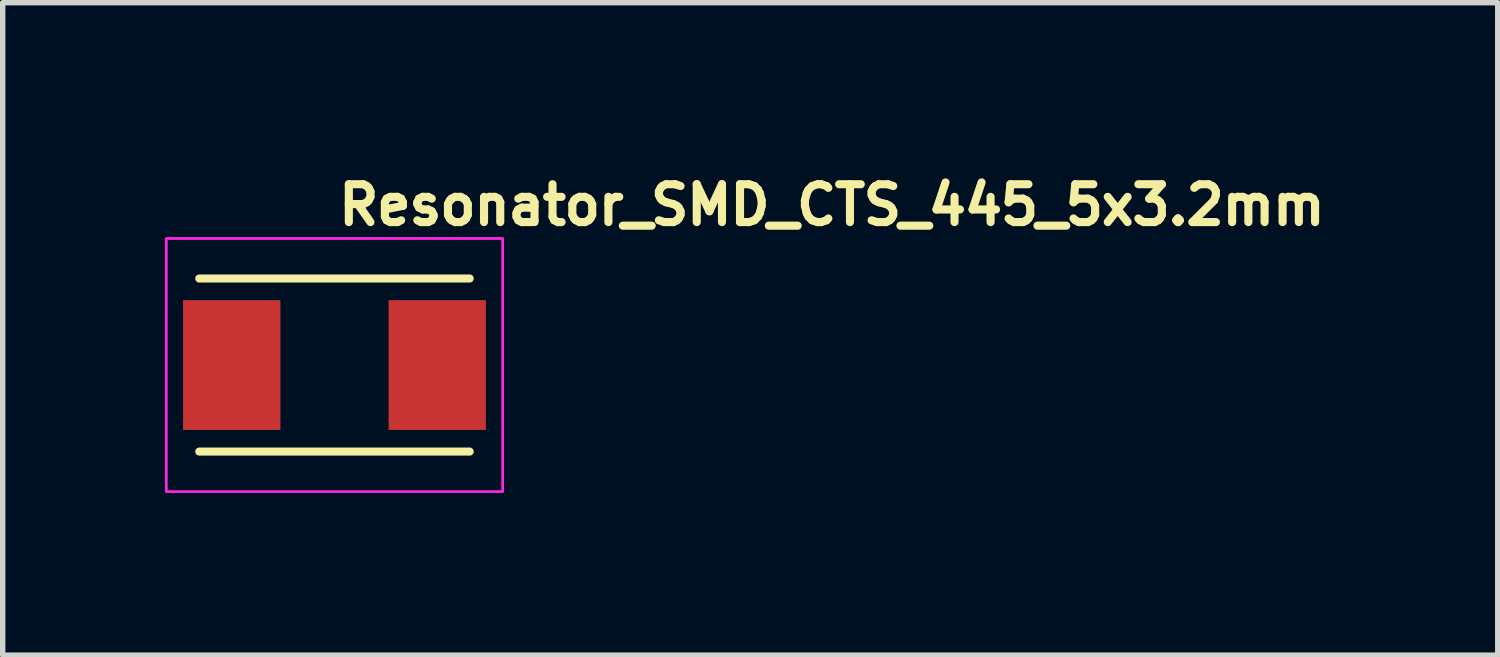
<source format=kicad_pcb>
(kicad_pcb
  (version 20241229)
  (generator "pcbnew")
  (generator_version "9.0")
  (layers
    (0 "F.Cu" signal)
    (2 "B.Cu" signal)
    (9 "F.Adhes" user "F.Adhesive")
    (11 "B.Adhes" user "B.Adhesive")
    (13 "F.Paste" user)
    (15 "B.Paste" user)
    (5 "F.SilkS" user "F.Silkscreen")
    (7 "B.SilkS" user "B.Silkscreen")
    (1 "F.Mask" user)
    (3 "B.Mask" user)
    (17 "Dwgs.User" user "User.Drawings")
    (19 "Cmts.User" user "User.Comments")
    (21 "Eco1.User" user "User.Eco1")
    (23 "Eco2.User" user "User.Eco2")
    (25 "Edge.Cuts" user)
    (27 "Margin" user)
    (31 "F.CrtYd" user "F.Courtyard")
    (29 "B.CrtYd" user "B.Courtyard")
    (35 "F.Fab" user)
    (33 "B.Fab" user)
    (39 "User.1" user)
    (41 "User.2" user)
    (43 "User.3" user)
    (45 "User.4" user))
  (footprint "Resonator_SMD_CTS_445_5x3.2mm"
    (layer "F.Cu")
    (at 3.135 3.7)
    (property "Reference" "Resonator_SMD_CTS_445_5x3.2mm" (at 0 -2.55 0) (unlocked yes) (layer "F.SilkS") (effects (font (size 0.7 0.7) (thickness 0.15)) (justify left bottom)))
    (attr smd)
    (fp_line (start 2.5 -1.6) (end -2.5 -1.6) (stroke (width 0.15) (type solid)) (layer "F.SilkS"))
    (fp_line (start 2.5 1.6) (end -2.5 1.6) (stroke (width 0.15) (type solid)) (layer "F.SilkS"))
    (fp_rect (start -3.11 -2.34) (end 3.11 2.34) (stroke (width 0.05) (type solid)) (fill no) (layer "F.CrtYd"))
    (fp_line (start -2.5 1.6) (end -2.5 -1.6) (stroke (width 0.1) (type solid)) (layer "User.1"))
    (fp_line (start 2.5 -1.6) (end -2.5 -1.6) (stroke (width 0.1) (type solid)) (layer "User.1"))
    (fp_line (start 2.5 1.6) (end -2.5 1.6) (stroke (width 0.1) (type solid)) (layer "User.1"))
    (fp_line (start 2.5 1.6) (end 2.5 -1.6) (stroke (width 0.1) (type solid)) (layer "User.1"))
    (fp_rect (start -2.864 -2.09) (end 2.864 2.09) (stroke (width 0.1) (type solid)) (fill no) (layer "User.5"))
    (fp_line (start -2.864 -1.81) (end -2.864 -0.66) (stroke (width 0.02) (type solid)) (layer "User.9"))
    (fp_line (start -2.864 -0.66) (end -2.61 -0.66) (stroke (width 0.02) (type solid)) (layer "User.9"))
    (fp_line (start -2.864 0.66) (end -2.864 1.81) (stroke (width 0.02) (type solid)) (layer "User.9"))
    (fp_line (start -2.864 1.81) (end -2.584 2.09) (stroke (width 0.02) (type solid)) (layer "User.9"))
    (fp_line (start -2.629 -0.66) (end -2.629 0.66) (stroke (width 0.02) (type solid)) (layer "User.9"))
    (fp_line (start -2.61 -0.66) (end -2.61 0.66) (stroke (width 0.02) (type solid)) (layer "User.9"))
    (fp_line (start -2.61 0.66) (end -2.864 0.66) (stroke (width 0.02) (type solid)) (layer "User.9"))
    (fp_line (start -2.604 -1.308) (end -2.604 1.308) (stroke (width 0.02) (type solid)) (layer "User.9"))
    (fp_line (start -2.604 1.308) (end -2.603 1.334) (stroke (width 0.02) (type solid)) (layer "User.9"))
    (fp_line (start -2.603 -1.334) (end -2.604 -1.308) (stroke (width 0.02) (type solid)) (layer "User.9"))
    (fp_line (start -2.603 1.334) (end -2.601 1.359) (stroke (width 0.02) (type solid)) (layer "User.9"))
    (fp_line (start -2.601 -1.359) (end -2.603 -1.334) (stroke (width 0.02) (type solid)) (layer "User.9"))
    (fp_line (start -2.601 1.359) (end -2.598 1.385) (stroke (width 0.02) (type solid)) (layer "User.9"))
    (fp_line (start -2.598 -1.385) (end -2.601 -1.359) (stroke (width 0.02) (type solid)) (layer "User.9"))
    (fp_line (start -2.598 1.385) (end -2.594 1.41) (stroke (width 0.02) (type solid)) (layer "User.9"))
    (fp_line (start -2.594 -1.41) (end -2.598 -1.385) (stroke (width 0.02) (type solid)) (layer "User.9"))
    (fp_line (start -2.594 1.41) (end -2.588 1.435) (stroke (width 0.02) (type solid)) (layer "User.9"))
    (fp_line (start -2.588 -1.435) (end -2.594 -1.41) (stroke (width 0.02) (type solid)) (layer "User.9"))
    (fp_line (start -2.588 1.435) (end -2.581 1.459) (stroke (width 0.02) (type solid)) (layer "User.9"))
    (fp_line (start -2.584 -2.089) (end -2.864 -1.81) (stroke (width 0.02) (type solid)) (layer "User.9"))
    (fp_line (start -2.584 2.089) (end 2.584 2.089) (stroke (width 0.02) (type solid)) (layer "User.9"))
    (fp_line (start -2.581 -1.459) (end -2.588 -1.435) (stroke (width 0.02) (type solid)) (layer "User.9"))
    (fp_line (start -2.581 1.459) (end -2.573 1.484) (stroke (width 0.02) (type solid)) (layer "User.9"))
    (fp_line (start -2.573 -1.484) (end -2.581 -1.459) (stroke (width 0.02) (type solid)) (layer "User.9"))
    (fp_line (start -2.573 1.484) (end -2.564 1.507) (stroke (width 0.02) (type solid)) (layer "User.9"))
    (fp_line (start -2.564 -1.507) (end -2.573 -1.484) (stroke (width 0.02) (type solid)) (layer "User.9"))
    (fp_line (start -2.564 1.507) (end -2.554 1.53) (stroke (width 0.02) (type solid)) (layer "User.9"))
    (fp_line (start -2.554 -1.53) (end -2.564 -1.507) (stroke (width 0.02) (type solid)) (layer "User.9"))
    (fp_line (start -2.554 1.53) (end -2.542 1.553) (stroke (width 0.02) (type solid)) (layer "User.9"))
    (fp_line (start -2.542 -1.553) (end -2.554 -1.53) (stroke (width 0.02) (type solid)) (layer "User.9"))
    (fp_line (start -2.542 1.553) (end -2.53 1.575) (stroke (width 0.02) (type solid)) (layer "User.9"))
    (fp_line (start -2.53 -1.575) (end -2.542 -1.553) (stroke (width 0.02) (type solid)) (layer "User.9"))
    (fp_line (start -2.53 1.575) (end -2.516 1.597) (stroke (width 0.02) (type solid)) (layer "User.9"))
    (fp_line (start -2.516 -1.597) (end -2.53 -1.575) (stroke (width 0.02) (type solid)) (layer "User.9"))
    (fp_line (start -2.516 1.597) (end -2.502 1.618) (stroke (width 0.02) (type solid)) (layer "User.9"))
    (fp_line (start -2.502 -1.618) (end -2.516 -1.597) (stroke (width 0.02) (type solid)) (layer "User.9"))
    (fp_line (start -2.502 1.618) (end -2.486 1.638) (stroke (width 0.02) (type solid)) (layer "User.9"))
    (fp_line (start -2.486 -1.638) (end -2.502 -1.618) (stroke (width 0.02) (type solid)) (layer "User.9"))
    (fp_line (start -2.486 1.638) (end -2.469 1.657) (stroke (width 0.02) (type solid)) (layer "User.9"))
    (fp_line (start -2.469 -1.657) (end -2.486 -1.638) (stroke (width 0.02) (type solid)) (layer "User.9"))
    (fp_line (start -2.469 1.657) (end -2.451 1.676) (stroke (width 0.02) (type solid)) (layer "User.9"))
    (fp_line (start -2.451 -1.676) (end -2.469 -1.657) (stroke (width 0.02) (type solid)) (layer "User.9"))
    (fp_line (start -2.451 -1.676) (end -2.451 -1.676) (stroke (width 0.02) (type solid)) (layer "User.9"))
    (fp_line (start -2.451 1.676) (end -2.451 1.676) (stroke (width 0.02) (type solid)) (layer "User.9"))
    (fp_line (start -2.451 1.676) (end -2.432 1.694) (stroke (width 0.02) (type solid)) (layer "User.9"))
    (fp_line (start -2.432 -1.694) (end -2.451 -1.676) (stroke (width 0.02) (type solid)) (layer "User.9"))
    (fp_line (start -2.432 1.694) (end -2.413 1.711) (stroke (width 0.02) (type solid)) (layer "User.9"))
    (fp_line (start -2.413 -1.711) (end -2.432 -1.694) (stroke (width 0.02) (type solid)) (layer "User.9"))
    (fp_line (start -2.413 1.711) (end -2.393 1.727) (stroke (width 0.02) (type solid)) (layer "User.9"))
    (fp_line (start -2.393 -1.727) (end -2.413 -1.711) (stroke (width 0.02) (type solid)) (layer "User.9"))
    (fp_line (start -2.393 1.727) (end -2.372 1.741) (stroke (width 0.02) (type solid)) (layer "User.9"))
    (fp_line (start -2.372 -1.741) (end -2.393 -1.727) (stroke (width 0.02) (type solid)) (layer "User.9"))
    (fp_line (start -2.372 1.741) (end -2.35 1.755) (stroke (width 0.02) (type solid)) (layer "User.9"))
    (fp_line (start -2.35 -1.755) (end -2.372 -1.741) (stroke (width 0.02) (type solid)) (layer "User.9"))
    (fp_line (start -2.35 1.755) (end -2.328 1.767) (stroke (width 0.02) (type solid)) (layer "User.9"))
    (fp_line (start -2.328 -1.767) (end -2.35 -1.755) (stroke (width 0.02) (type solid)) (layer "User.9"))
    (fp_line (start -2.328 1.767) (end -2.305 1.779) (stroke (width 0.02) (type solid)) (layer "User.9"))
    (fp_line (start -2.305 -1.779) (end -2.328 -1.767) (stroke (width 0.02) (type solid)) (layer "User.9"))
    (fp_line (start -2.305 1.779) (end -2.282 1.789) (stroke (width 0.02) (type solid)) (layer "User.9"))
    (fp_line (start -2.282 -1.789) (end -2.305 -1.779) (stroke (width 0.02) (type solid)) (layer "User.9"))
    (fp_line (start -2.282 1.789) (end -2.259 1.798) (stroke (width 0.02) (type solid)) (layer "User.9"))
    (fp_line (start -2.259 -1.798) (end -2.282 -1.789) (stroke (width 0.02) (type solid)) (layer "User.9"))
    (fp_line (start -2.259 1.798) (end -2.234 1.806) (stroke (width 0.02) (type solid)) (layer "User.9"))
    (fp_line (start -2.234 -1.806) (end -2.259 -1.798) (stroke (width 0.02) (type solid)) (layer "User.9"))
    (fp_line (start -2.234 1.806) (end -2.21 1.813) (stroke (width 0.02) (type solid)) (layer "User.9"))
    (fp_line (start -2.21 -1.813) (end -2.234 -1.806) (stroke (width 0.02) (type solid)) (layer "User.9"))
    (fp_line (start -2.21 1.813) (end -2.185 1.819) (stroke (width 0.02) (type solid)) (layer "User.9"))
    (fp_line (start -2.185 -1.819) (end -2.21 -1.813) (stroke (width 0.02) (type solid)) (layer "User.9"))
    (fp_line (start -2.185 1.819) (end -2.16 1.823) (stroke (width 0.02) (type solid)) (layer "User.9"))
    (fp_line (start -2.16 -1.823) (end -2.185 -1.819) (stroke (width 0.02) (type solid)) (layer "User.9"))
    (fp_line (start -2.16 1.823) (end -2.134 1.826) (stroke (width 0.02) (type solid)) (layer "User.9"))
    (fp_line (start -2.134 -1.826) (end -2.16 -1.823) (stroke (width 0.02) (type solid)) (layer "User.9"))
    (fp_line (start -2.134 1.826) (end -2.109 1.828) (stroke (width 0.02) (type solid)) (layer "User.9"))
    (fp_line (start -2.109 -1.828) (end -2.134 -1.826) (stroke (width 0.02) (type solid)) (layer "User.9"))
    (fp_line (start -2.109 1.828) (end -2.083 1.829) (stroke (width 0.02) (type solid)) (layer "User.9"))
    (fp_line (start -2.083 -1.829) (end -2.109 -1.828) (stroke (width 0.02) (type solid)) (layer "User.9"))
    (fp_line (start -2.083 1.829) (end 2.083 1.829) (stroke (width 0.02) (type solid)) (layer "User.9"))
    (fp_line (start 2.083 -1.829) (end -2.083 -1.829) (stroke (width 0.02) (type solid)) (layer "User.9"))
    (fp_line (start 2.083 1.829) (end 2.109 1.828) (stroke (width 0.02) (type solid)) (layer "User.9"))
    (fp_line (start 2.109 -1.828) (end 2.083 -1.829) (stroke (width 0.02) (type solid)) (layer "User.9"))
    (fp_line (start 2.109 1.828) (end 2.134 1.826) (stroke (width 0.02) (type solid)) (layer "User.9"))
    (fp_line (start 2.134 -1.826) (end 2.109 -1.828) (stroke (width 0.02) (type solid)) (layer "User.9"))
    (fp_line (start 2.134 1.826) (end 2.16 1.823) (stroke (width 0.02) (type solid)) (layer "User.9"))
    (fp_line (start 2.16 -1.823) (end 2.134 -1.826) (stroke (width 0.02) (type solid)) (layer "User.9"))
    (fp_line (start 2.16 1.823) (end 2.185 1.819) (stroke (width 0.02) (type solid)) (layer "User.9"))
    (fp_line (start 2.185 -1.819) (end 2.16 -1.823) (stroke (width 0.02) (type solid)) (layer "User.9"))
    (fp_line (start 2.185 1.819) (end 2.21 1.813) (stroke (width 0.02) (type solid)) (layer "User.9"))
    (fp_line (start 2.21 -1.813) (end 2.185 -1.819) (stroke (width 0.02) (type solid)) (layer "User.9"))
    (fp_line (start 2.21 1.813) (end 2.234 1.806) (stroke (width 0.02) (type solid)) (layer "User.9"))
    (fp_line (start 2.234 -1.806) (end 2.21 -1.813) (stroke (width 0.02) (type solid)) (layer "User.9"))
    (fp_line (start 2.234 1.806) (end 2.259 1.798) (stroke (width 0.02) (type solid)) (layer "User.9"))
    (fp_line (start 2.259 -1.798) (end 2.234 -1.806) (stroke (width 0.02) (type solid)) (layer "User.9"))
    (fp_line (start 2.259 1.798) (end 2.282 1.789) (stroke (width 0.02) (type solid)) (layer "User.9"))
    (fp_line (start 2.282 -1.789) (end 2.259 -1.798) (stroke (width 0.02) (type solid)) (layer "User.9"))
    (fp_line (start 2.282 1.789) (end 2.305 1.779) (stroke (width 0.02) (type solid)) (layer "User.9"))
    (fp_line (start 2.305 -1.779) (end 2.282 -1.789) (stroke (width 0.02) (type solid)) (layer "User.9"))
    (fp_line (start 2.305 1.779) (end 2.328 1.767) (stroke (width 0.02) (type solid)) (layer "User.9"))
    (fp_line (start 2.328 -1.767) (end 2.305 -1.779) (stroke (width 0.02) (type solid)) (layer "User.9"))
    (fp_line (start 2.328 1.767) (end 2.35 1.755) (stroke (width 0.02) (type solid)) (layer "User.9"))
    (fp_line (start 2.35 -1.755) (end 2.328 -1.767) (stroke (width 0.02) (type solid)) (layer "User.9"))
    (fp_line (start 2.35 1.755) (end 2.372 1.741) (stroke (width 0.02) (type solid)) (layer "User.9"))
    (fp_line (start 2.372 -1.741) (end 2.35 -1.755) (stroke (width 0.02) (type solid)) (layer "User.9"))
    (fp_line (start 2.372 1.741) (end 2.393 1.727) (stroke (width 0.02) (type solid)) (layer "User.9"))
    (fp_line (start 2.393 -1.727) (end 2.372 -1.741) (stroke (width 0.02) (type solid)) (layer "User.9"))
    (fp_line (start 2.393 1.727) (end 2.413 1.711) (stroke (width 0.02) (type solid)) (layer "User.9"))
    (fp_line (start 2.413 -1.711) (end 2.393 -1.727) (stroke (width 0.02) (type solid)) (layer "User.9"))
    (fp_line (start 2.413 1.711) (end 2.432 1.694) (stroke (width 0.02) (type solid)) (layer "User.9"))
    (fp_line (start 2.432 -1.694) (end 2.413 -1.711) (stroke (width 0.02) (type solid)) (layer "User.9"))
    (fp_line (start 2.432 1.694) (end 2.451 1.676) (stroke (width 0.02) (type solid)) (layer "User.9"))
    (fp_line (start 2.451 -1.676) (end 2.432 -1.694) (stroke (width 0.02) (type solid)) (layer "User.9"))
    (fp_line (start 2.451 -1.676) (end 2.451 -1.676) (stroke (width 0.02) (type solid)) (layer "User.9"))
    (fp_line (start 2.451 1.676) (end 2.451 1.676) (stroke (width 0.02) (type solid)) (layer "User.9"))
    (fp_line (start 2.451 1.676) (end 2.469 1.657) (stroke (width 0.02) (type solid)) (layer "User.9"))
    (fp_line (start 2.469 -1.657) (end 2.451 -1.676) (stroke (width 0.02) (type solid)) (layer "User.9"))
    (fp_line (start 2.469 1.657) (end 2.486 1.638) (stroke (width 0.02) (type solid)) (layer "User.9"))
    (fp_line (start 2.486 -1.638) (end 2.469 -1.657) (stroke (width 0.02) (type solid)) (layer "User.9"))
    (fp_line (start 2.486 1.638) (end 2.502 1.618) (stroke (width 0.02) (type solid)) (layer "User.9"))
    (fp_line (start 2.502 -1.618) (end 2.486 -1.638) (stroke (width 0.02) (type solid)) (layer "User.9"))
    (fp_line (start 2.502 1.618) (end 2.516 1.597) (stroke (width 0.02) (type solid)) (layer "User.9"))
    (fp_line (start 2.516 -1.597) (end 2.502 -1.618) (stroke (width 0.02) (type solid)) (layer "User.9"))
    (fp_line (start 2.516 1.597) (end 2.53 1.575) (stroke (width 0.02) (type solid)) (layer "User.9"))
    (fp_line (start 2.53 -1.575) (end 2.516 -1.597) (stroke (width 0.02) (type solid)) (layer "User.9"))
    (fp_line (start 2.53 1.575) (end 2.542 1.553) (stroke (width 0.02) (type solid)) (layer "User.9"))
    (fp_line (start 2.542 -1.553) (end 2.53 -1.575) (stroke (width 0.02) (type solid)) (layer "User.9"))
    (fp_line (start 2.542 1.553) (end 2.554 1.53) (stroke (width 0.02) (type solid)) (layer "User.9"))
    (fp_line (start 2.554 -1.53) (end 2.542 -1.553) (stroke (width 0.02) (type solid)) (layer "User.9"))
    (fp_line (start 2.554 1.53) (end 2.564 1.507) (stroke (width 0.02) (type solid)) (layer "User.9"))
    (fp_line (start 2.564 -1.507) (end 2.554 -1.53) (stroke (width 0.02) (type solid)) (layer "User.9"))
    (fp_line (start 2.564 1.507) (end 2.573 1.484) (stroke (width 0.02) (type solid)) (layer "User.9"))
    (fp_line (start 2.573 -1.484) (end 2.564 -1.507) (stroke (width 0.02) (type solid)) (layer "User.9"))
    (fp_line (start 2.573 1.484) (end 2.581 1.459) (stroke (width 0.02) (type solid)) (layer "User.9"))
    (fp_line (start 2.581 -1.459) (end 2.573 -1.484) (stroke (width 0.02) (type solid)) (layer "User.9"))
    (fp_line (start 2.581 1.459) (end 2.588 1.435) (stroke (width 0.02) (type solid)) (layer "User.9"))
    (fp_line (start 2.584 -2.089) (end -2.584 -2.089) (stroke (width 0.02) (type solid)) (layer "User.9"))
    (fp_line (start 2.584 2.089) (end 2.864 1.81) (stroke (width 0.02) (type solid)) (layer "User.9"))
    (fp_line (start 2.588 -1.435) (end 2.581 -1.459) (stroke (width 0.02) (type solid)) (layer "User.9"))
    (fp_line (start 2.588 1.435) (end 2.594 1.41) (stroke (width 0.02) (type solid)) (layer "User.9"))
    (fp_line (start 2.594 -1.41) (end 2.588 -1.435) (stroke (width 0.02) (type solid)) (layer "User.9"))
    (fp_line (start 2.594 1.41) (end 2.598 1.385) (stroke (width 0.02) (type solid)) (layer "User.9"))
    (fp_line (start 2.598 -1.385) (end 2.594 -1.41) (stroke (width 0.02) (type solid)) (layer "User.9"))
    (fp_line (start 2.598 1.385) (end 2.601 1.359) (stroke (width 0.02) (type solid)) (layer "User.9"))
    (fp_line (start 2.601 -1.359) (end 2.598 -1.385) (stroke (width 0.02) (type solid)) (layer "User.9"))
    (fp_line (start 2.601 1.359) (end 2.603 1.334) (stroke (width 0.02) (type solid)) (layer "User.9"))
    (fp_line (start 2.603 -1.334) (end 2.601 -1.359) (stroke (width 0.02) (type solid)) (layer "User.9"))
    (fp_line (start 2.603 1.334) (end 2.604 1.308) (stroke (width 0.02) (type solid)) (layer "User.9"))
    (fp_line (start 2.604 -1.308) (end 2.603 -1.334) (stroke (width 0.02) (type solid)) (layer "User.9"))
    (fp_line (start 2.604 1.308) (end 2.604 -1.308) (stroke (width 0.02) (type solid)) (layer "User.9"))
    (fp_line (start 2.61 -0.66) (end 2.864 -0.66) (stroke (width 0.02) (type solid)) (layer "User.9"))
    (fp_line (start 2.61 0.66) (end 2.61 -0.66) (stroke (width 0.02) (type solid)) (layer "User.9"))
    (fp_line (start 2.629 0.66) (end 2.629 -0.66) (stroke (width 0.02) (type solid)) (layer "User.9"))
    (fp_line (start 2.864 -1.81) (end 2.584 -2.09) (stroke (width 0.02) (type solid)) (layer "User.9"))
    (fp_line (start 2.864 -0.66) (end 2.864 -1.81) (stroke (width 0.02) (type solid)) (layer "User.9"))
    (fp_line (start 2.864 0.66) (end 2.61 0.66) (stroke (width 0.02) (type solid)) (layer "User.9"))
    (fp_line (start 2.864 1.81) (end 2.864 0.66) (stroke (width 0.02) (type solid)) (layer "User.9"))
    (pad "1" smd rect (at -1.9 0) (size 1.8 2.4) (layers "F.Cu" "F.Mask" "F.Paste"))
    (pad "2" smd rect (at 1.9 0) (size 1.8 2.4) (layers "F.Cu" "F.Mask" "F.Paste")))
  (gr_rect
    (start -3 -3)
    (end 24.645 9.065)
    (stroke (width 0.1) (type default))
    (fill no)
    (layer "Edge.Cuts")))
</source>
